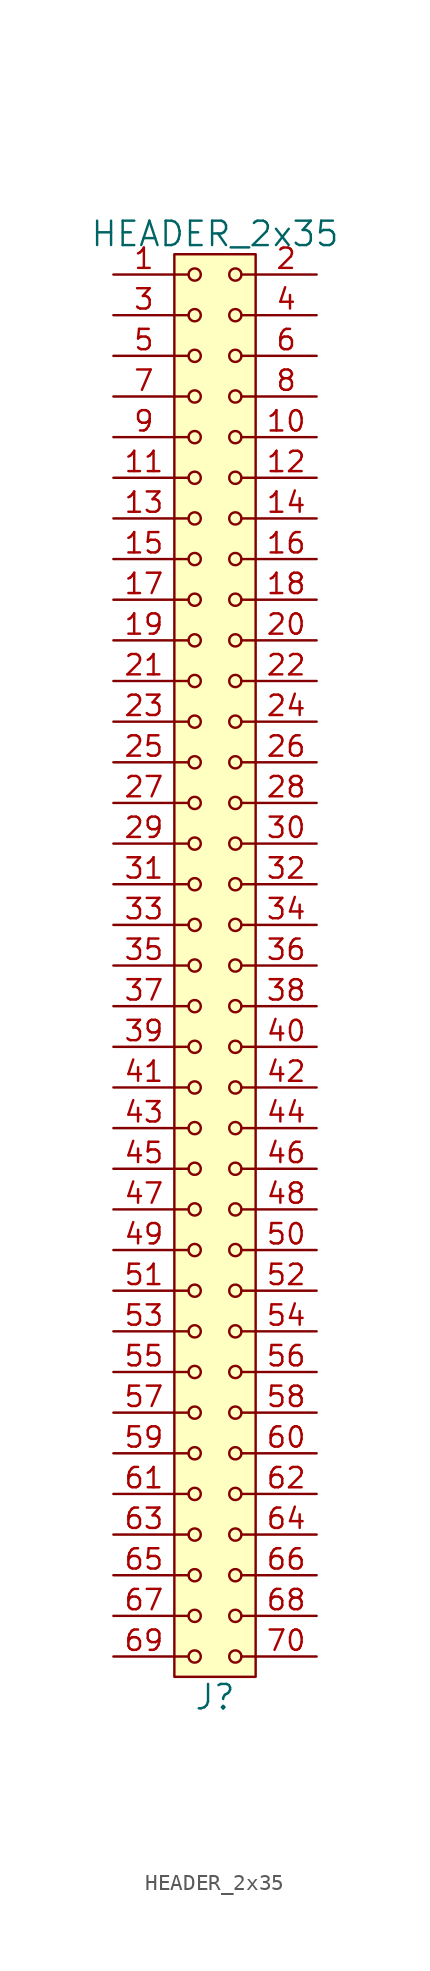
<source format=kicad_sym>
(kicad_symbol_lib
  (version 20211014)
  (generator kicad_symbol_editor)
  (symbol "HEADER_2x35"
    (pin_names
      (offset 1.016))
    (property "Reference" "J"
      (at 0 -45.72 0)
      (effects (font (size 1.524 1.524))))
    (property "Value" "HEADER_2x35"
      (at 0 45.72 0)
      (effects (font (size 1.524 1.524))))
    (property "Footprint" ""
      (at 0 43.18 0)
      (effects (font (size 1.524 1.524))))
    (property "Datasheet" ""
      (at 0 43.18 0)
      (effects (font (size 1.524 1.524))))
    (symbol "HEADER_2x35_0_1"
      (rectangle (start -2.54 44.45) (end 2.54 -44.45) (stroke (width 0) (type default) (color 0 0 0 0)) (fill (type background)))
      (circle (center -1.27 -43.18) (radius 0.381) (stroke (width 0) (type default) (color 0 0 0 0)) (fill (type none)))
      (circle (center -1.27 -40.64) (radius 0.381) (stroke (width 0) (type default) (color 0 0 0 0)) (fill (type none)))
      (circle (center -1.27 -38.1) (radius 0.381) (stroke (width 0) (type default) (color 0 0 0 0)) (fill (type none)))
      (circle (center -1.27 -35.56) (radius 0.381) (stroke (width 0) (type default) (color 0 0 0 0)) (fill (type none)))
      (circle (center -1.27 -33.02) (radius 0.381) (stroke (width 0) (type default) (color 0 0 0 0)) (fill (type none)))
      (circle (center -1.27 -30.48) (radius 0.381) (stroke (width 0) (type default) (color 0 0 0 0)) (fill (type none)))
      (circle (center -1.27 -27.94) (radius 0.381) (stroke (width 0) (type default) (color 0 0 0 0)) (fill (type none)))
      (circle (center -1.27 -25.4) (radius 0.381) (stroke (width 0) (type default) (color 0 0 0 0)) (fill (type none)))
      (circle (center -1.27 -22.86) (radius 0.381) (stroke (width 0) (type default) (color 0 0 0 0)) (fill (type none)))
      (circle (center -1.27 -20.32) (radius 0.381) (stroke (width 0) (type default) (color 0 0 0 0)) (fill (type none)))
      (circle (center -1.27 -17.78) (radius 0.381) (stroke (width 0) (type default) (color 0 0 0 0)) (fill (type none)))
      (circle (center -1.27 -15.24) (radius 0.381) (stroke (width 0) (type default) (color 0 0 0 0)) (fill (type none)))
      (circle (center -1.27 -12.7) (radius 0.381) (stroke (width 0) (type default) (color 0 0 0 0)) (fill (type none)))
      (circle (center -1.27 -10.16) (radius 0.381) (stroke (width 0) (type default) (color 0 0 0 0)) (fill (type none)))
      (circle (center -1.27 -7.62) (radius 0.381) (stroke (width 0) (type default) (color 0 0 0 0)) (fill (type none)))
      (circle (center -1.27 -5.08) (radius 0.381) (stroke (width 0) (type default) (color 0 0 0 0)) (fill (type none)))
      (circle (center -1.27 -2.54) (radius 0.381) (stroke (width 0) (type default) (color 0 0 0 0)) (fill (type none)))
      (circle (center -1.27 0) (radius 0.381) (stroke (width 0) (type default) (color 0 0 0 0)) (fill (type none)))
      (circle (center -1.27 2.54) (radius 0.381) (stroke (width 0) (type default) (color 0 0 0 0)) (fill (type none)))
      (circle (center -1.27 5.08) (radius 0.381) (stroke (width 0) (type default) (color 0 0 0 0)) (fill (type none)))
      (circle (center -1.27 7.62) (radius 0.381) (stroke (width 0) (type default) (color 0 0 0 0)) (fill (type none)))
      (circle (center -1.27 10.16) (radius 0.381) (stroke (width 0) (type default) (color 0 0 0 0)) (fill (type none)))
      (circle (center -1.27 12.7) (radius 0.381) (stroke (width 0) (type default) (color 0 0 0 0)) (fill (type none)))
      (circle (center -1.27 15.24) (radius 0.381) (stroke (width 0) (type default) (color 0 0 0 0)) (fill (type none)))
      (circle (center -1.27 17.78) (radius 0.381) (stroke (width 0) (type default) (color 0 0 0 0)) (fill (type none)))
      (circle (center -1.27 20.32) (radius 0.381) (stroke (width 0) (type default) (color 0 0 0 0)) (fill (type none)))
      (circle (center -1.27 22.86) (radius 0.381) (stroke (width 0) (type default) (color 0 0 0 0)) (fill (type none)))
      (circle (center -1.27 25.4) (radius 0.381) (stroke (width 0) (type default) (color 0 0 0 0)) (fill (type none)))
      (circle (center -1.27 27.94) (radius 0.381) (stroke (width 0) (type default) (color 0 0 0 0)) (fill (type none)))
      (circle (center -1.27 30.48) (radius 0.381) (stroke (width 0) (type default) (color 0 0 0 0)) (fill (type none)))
      (circle (center -1.27 33.02) (radius 0.381) (stroke (width 0) (type default) (color 0 0 0 0)) (fill (type none)))
      (circle (center -1.27 35.56) (radius 0.381) (stroke (width 0) (type default) (color 0 0 0 0)) (fill (type none)))
      (circle (center -1.27 38.1) (radius 0.381) (stroke (width 0) (type default) (color 0 0 0 0)) (fill (type none)))
      (circle (center -1.27 40.64) (radius 0.381) (stroke (width 0) (type default) (color 0 0 0 0)) (fill (type none)))
      (circle (center -1.27 43.18) (radius 0.381) (stroke (width 0) (type default) (color 0 0 0 0)) (fill (type none)))
      (polyline (pts (xy -1.651 -43.18) (xy -2.54 -43.18)) (stroke (width 0) (type default) (color 0 0 0 0)) (fill (type none)))
      (polyline (pts (xy -1.651 -40.64) (xy -2.54 -40.64)) (stroke (width 0) (type default) (color 0 0 0 0)) (fill (type none)))
      (polyline (pts (xy -1.651 -38.1) (xy -2.54 -38.1)) (stroke (width 0) (type default) (color 0 0 0 0)) (fill (type none)))
      (polyline (pts (xy -1.651 -35.56) (xy -2.54 -35.56)) (stroke (width 0) (type default) (color 0 0 0 0)) (fill (type none)))
      (polyline (pts (xy -1.651 -33.02) (xy -2.54 -33.02)) (stroke (width 0) (type default) (color 0 0 0 0)) (fill (type none)))
      (polyline (pts (xy -1.651 -30.48) (xy -2.54 -30.48)) (stroke (width 0) (type default) (color 0 0 0 0)) (fill (type none)))
      (polyline (pts (xy -1.651 -27.94) (xy -2.54 -27.94)) (stroke (width 0) (type default) (color 0 0 0 0)) (fill (type none)))
      (polyline (pts (xy -1.651 -25.4) (xy -2.54 -25.4)) (stroke (width 0) (type default) (color 0 0 0 0)) (fill (type none)))
      (polyline (pts (xy -1.651 -22.86) (xy -2.54 -22.86)) (stroke (width 0) (type default) (color 0 0 0 0)) (fill (type none)))
      (polyline (pts (xy -1.651 -20.32) (xy -2.54 -20.32)) (stroke (width 0) (type default) (color 0 0 0 0)) (fill (type none)))
      (polyline (pts (xy -1.651 -17.78) (xy -2.54 -17.78)) (stroke (width 0) (type default) (color 0 0 0 0)) (fill (type none)))
      (polyline (pts (xy -1.651 -15.24) (xy -2.54 -15.24)) (stroke (width 0) (type default) (color 0 0 0 0)) (fill (type none)))
      (polyline (pts (xy -1.651 -12.7) (xy -2.54 -12.7)) (stroke (width 0) (type default) (color 0 0 0 0)) (fill (type none)))
      (polyline (pts (xy -1.651 -10.16) (xy -2.54 -10.16)) (stroke (width 0) (type default) (color 0 0 0 0)) (fill (type none)))
      (polyline (pts (xy -1.651 -7.62) (xy -2.54 -7.62)) (stroke (width 0) (type default) (color 0 0 0 0)) (fill (type none)))
      (polyline (pts (xy -1.651 -5.08) (xy -2.54 -5.08)) (stroke (width 0) (type default) (color 0 0 0 0)) (fill (type none)))
      (polyline (pts (xy -1.651 -2.54) (xy -2.54 -2.54)) (stroke (width 0) (type default) (color 0 0 0 0)) (fill (type none)))
      (polyline (pts (xy -1.651 0) (xy -2.54 0)) (stroke (width 0) (type default) (color 0 0 0 0)) (fill (type none)))
      (polyline (pts (xy -1.651 2.54) (xy -2.54 2.54)) (stroke (width 0) (type default) (color 0 0 0 0)) (fill (type none)))
      (polyline (pts (xy -1.651 5.08) (xy -2.54 5.08)) (stroke (width 0) (type default) (color 0 0 0 0)) (fill (type none)))
      (polyline (pts (xy -1.651 7.62) (xy -2.54 7.62)) (stroke (width 0) (type default) (color 0 0 0 0)) (fill (type none)))
      (polyline (pts (xy -1.651 10.16) (xy -2.54 10.16)) (stroke (width 0) (type default) (color 0 0 0 0)) (fill (type none)))
      (polyline (pts (xy -1.651 12.7) (xy -2.54 12.7)) (stroke (width 0) (type default) (color 0 0 0 0)) (fill (type none)))
      (polyline (pts (xy -1.651 15.24) (xy -2.54 15.24)) (stroke (width 0) (type default) (color 0 0 0 0)) (fill (type none)))
      (polyline (pts (xy -1.651 17.78) (xy -2.54 17.78)) (stroke (width 0) (type default) (color 0 0 0 0)) (fill (type none)))
      (polyline (pts (xy -1.651 20.32) (xy -2.54 20.32)) (stroke (width 0) (type default) (color 0 0 0 0)) (fill (type none)))
      (polyline (pts (xy -1.651 22.86) (xy -2.54 22.86)) (stroke (width 0) (type default) (color 0 0 0 0)) (fill (type none)))
      (polyline (pts (xy -1.651 25.4) (xy -2.54 25.4)) (stroke (width 0) (type default) (color 0 0 0 0)) (fill (type none)))
      (polyline (pts (xy -1.651 27.94) (xy -2.54 27.94)) (stroke (width 0) (type default) (color 0 0 0 0)) (fill (type none)))
      (polyline (pts (xy -1.651 30.48) (xy -2.54 30.48)) (stroke (width 0) (type default) (color 0 0 0 0)) (fill (type none)))
      (polyline (pts (xy -1.651 33.02) (xy -2.54 33.02)) (stroke (width 0) (type default) (color 0 0 0 0)) (fill (type none)))
      (polyline (pts (xy -1.651 35.56) (xy -2.54 35.56)) (stroke (width 0) (type default) (color 0 0 0 0)) (fill (type none)))
      (polyline (pts (xy -1.651 38.1) (xy -2.54 38.1)) (stroke (width 0) (type default) (color 0 0 0 0)) (fill (type none)))
      (polyline (pts (xy -1.651 40.64) (xy -2.54 40.64)) (stroke (width 0) (type default) (color 0 0 0 0)) (fill (type none)))
      (polyline (pts (xy -1.651 43.18) (xy -2.54 43.18)) (stroke (width 0) (type default) (color 0 0 0 0)) (fill (type none)))
      (polyline (pts (xy 1.651 -43.18) (xy 2.54 -43.18)) (stroke (width 0) (type default) (color 0 0 0 0)) (fill (type none)))
      (polyline (pts (xy 1.651 -40.64) (xy 2.54 -40.64)) (stroke (width 0) (type default) (color 0 0 0 0)) (fill (type none)))
      (polyline (pts (xy 1.651 -38.1) (xy 2.54 -38.1)) (stroke (width 0) (type default) (color 0 0 0 0)) (fill (type none)))
      (polyline (pts (xy 1.651 -35.56) (xy 2.54 -35.56)) (stroke (width 0) (type default) (color 0 0 0 0)) (fill (type none)))
      (polyline (pts (xy 1.651 -33.02) (xy 2.54 -33.02)) (stroke (width 0) (type default) (color 0 0 0 0)) (fill (type none)))
      (polyline (pts (xy 1.651 -30.48) (xy 2.54 -30.48)) (stroke (width 0) (type default) (color 0 0 0 0)) (fill (type none)))
      (polyline (pts (xy 1.651 -27.94) (xy 2.54 -27.94)) (stroke (width 0) (type default) (color 0 0 0 0)) (fill (type none)))
      (polyline (pts (xy 1.651 -25.4) (xy 2.54 -25.4)) (stroke (width 0) (type default) (color 0 0 0 0)) (fill (type none)))
      (polyline (pts (xy 1.651 -22.86) (xy 2.54 -22.86)) (stroke (width 0) (type default) (color 0 0 0 0)) (fill (type none)))
      (polyline (pts (xy 1.651 -20.32) (xy 2.54 -20.32)) (stroke (width 0) (type default) (color 0 0 0 0)) (fill (type none)))
      (polyline (pts (xy 1.651 -17.78) (xy 2.54 -17.78)) (stroke (width 0) (type default) (color 0 0 0 0)) (fill (type none)))
      (polyline (pts (xy 1.651 -15.24) (xy 2.54 -15.24)) (stroke (width 0) (type default) (color 0 0 0 0)) (fill (type none)))
      (polyline (pts (xy 1.651 -12.7) (xy 2.54 -12.7)) (stroke (width 0) (type default) (color 0 0 0 0)) (fill (type none)))
      (polyline (pts (xy 1.651 -10.16) (xy 2.54 -10.16)) (stroke (width 0) (type default) (color 0 0 0 0)) (fill (type none)))
      (polyline (pts (xy 1.651 -7.62) (xy 2.54 -7.62)) (stroke (width 0) (type default) (color 0 0 0 0)) (fill (type none)))
      (polyline (pts (xy 1.651 -5.08) (xy 2.54 -5.08)) (stroke (width 0) (type default) (color 0 0 0 0)) (fill (type none)))
      (polyline (pts (xy 1.651 -2.54) (xy 2.54 -2.54)) (stroke (width 0) (type default) (color 0 0 0 0)) (fill (type none)))
      (polyline (pts (xy 1.651 0) (xy 2.54 0)) (stroke (width 0) (type default) (color 0 0 0 0)) (fill (type none)))
      (polyline (pts (xy 1.651 2.54) (xy 2.54 2.54)) (stroke (width 0) (type default) (color 0 0 0 0)) (fill (type none)))
      (polyline (pts (xy 1.651 5.08) (xy 2.54 5.08)) (stroke (width 0) (type default) (color 0 0 0 0)) (fill (type none)))
      (polyline (pts (xy 1.651 7.62) (xy 2.54 7.62)) (stroke (width 0) (type default) (color 0 0 0 0)) (fill (type none)))
      (polyline (pts (xy 1.651 10.16) (xy 2.54 10.16)) (stroke (width 0) (type default) (color 0 0 0 0)) (fill (type none)))
      (polyline (pts (xy 1.651 12.7) (xy 2.54 12.7)) (stroke (width 0) (type default) (color 0 0 0 0)) (fill (type none)))
      (polyline (pts (xy 1.651 15.24) (xy 2.54 15.24)) (stroke (width 0) (type default) (color 0 0 0 0)) (fill (type none)))
      (polyline (pts (xy 1.651 17.78) (xy 2.54 17.78)) (stroke (width 0) (type default) (color 0 0 0 0)) (fill (type none)))
      (polyline (pts (xy 1.651 20.32) (xy 2.54 20.32)) (stroke (width 0) (type default) (color 0 0 0 0)) (fill (type none)))
      (polyline (pts (xy 1.651 22.86) (xy 2.54 22.86)) (stroke (width 0) (type default) (color 0 0 0 0)) (fill (type none)))
      (polyline (pts (xy 1.651 25.4) (xy 2.54 25.4)) (stroke (width 0) (type default) (color 0 0 0 0)) (fill (type none)))
      (polyline (pts (xy 1.651 27.94) (xy 2.54 27.94)) (stroke (width 0) (type default) (color 0 0 0 0)) (fill (type none)))
      (polyline (pts (xy 1.651 30.48) (xy 2.54 30.48)) (stroke (width 0) (type default) (color 0 0 0 0)) (fill (type none)))
      (polyline (pts (xy 1.651 33.02) (xy 2.54 33.02)) (stroke (width 0) (type default) (color 0 0 0 0)) (fill (type none)))
      (polyline (pts (xy 1.651 35.56) (xy 2.54 35.56)) (stroke (width 0) (type default) (color 0 0 0 0)) (fill (type none)))
      (polyline (pts (xy 1.651 38.1) (xy 2.54 38.1)) (stroke (width 0) (type default) (color 0 0 0 0)) (fill (type none)))
      (polyline (pts (xy 1.651 40.64) (xy 2.54 40.64)) (stroke (width 0) (type default) (color 0 0 0 0)) (fill (type none)))
      (polyline (pts (xy 1.651 43.18) (xy 2.54 43.18)) (stroke (width 0) (type default) (color 0 0 0 0)) (fill (type none)))
      (circle (center 1.27 -43.18) (radius 0.381) (stroke (width 0) (type default) (color 0 0 0 0)) (fill (type none)))
      (circle (center 1.27 -40.64) (radius 0.381) (stroke (width 0) (type default) (color 0 0 0 0)) (fill (type none)))
      (circle (center 1.27 -38.1) (radius 0.381) (stroke (width 0) (type default) (color 0 0 0 0)) (fill (type none)))
      (circle (center 1.27 -35.56) (radius 0.381) (stroke (width 0) (type default) (color 0 0 0 0)) (fill (type none)))
      (circle (center 1.27 -33.02) (radius 0.381) (stroke (width 0) (type default) (color 0 0 0 0)) (fill (type none)))
      (circle (center 1.27 -30.48) (radius 0.381) (stroke (width 0) (type default) (color 0 0 0 0)) (fill (type none)))
      (circle (center 1.27 -27.94) (radius 0.381) (stroke (width 0) (type default) (color 0 0 0 0)) (fill (type none)))
      (circle (center 1.27 -25.4) (radius 0.381) (stroke (width 0) (type default) (color 0 0 0 0)) (fill (type none)))
      (circle (center 1.27 -22.86) (radius 0.381) (stroke (width 0) (type default) (color 0 0 0 0)) (fill (type none)))
      (circle (center 1.27 -20.32) (radius 0.381) (stroke (width 0) (type default) (color 0 0 0 0)) (fill (type none)))
      (circle (center 1.27 -17.78) (radius 0.381) (stroke (width 0) (type default) (color 0 0 0 0)) (fill (type none)))
      (circle (center 1.27 -15.24) (radius 0.381) (stroke (width 0) (type default) (color 0 0 0 0)) (fill (type none)))
      (circle (center 1.27 -12.7) (radius 0.381) (stroke (width 0) (type default) (color 0 0 0 0)) (fill (type none)))
      (circle (center 1.27 -10.16) (radius 0.381) (stroke (width 0) (type default) (color 0 0 0 0)) (fill (type none)))
      (circle (center 1.27 -7.62) (radius 0.381) (stroke (width 0) (type default) (color 0 0 0 0)) (fill (type none)))
      (circle (center 1.27 -5.08) (radius 0.381) (stroke (width 0) (type default) (color 0 0 0 0)) (fill (type none)))
      (circle (center 1.27 -2.54) (radius 0.381) (stroke (width 0) (type default) (color 0 0 0 0)) (fill (type none)))
      (circle (center 1.27 0) (radius 0.381) (stroke (width 0) (type default) (color 0 0 0 0)) (fill (type none)))
      (circle (center 1.27 2.54) (radius 0.381) (stroke (width 0) (type default) (color 0 0 0 0)) (fill (type none)))
      (circle (center 1.27 5.08) (radius 0.381) (stroke (width 0) (type default) (color 0 0 0 0)) (fill (type none)))
      (circle (center 1.27 7.62) (radius 0.381) (stroke (width 0) (type default) (color 0 0 0 0)) (fill (type none)))
      (circle (center 1.27 10.16) (radius 0.381) (stroke (width 0) (type default) (color 0 0 0 0)) (fill (type none)))
      (circle (center 1.27 12.7) (radius 0.381) (stroke (width 0) (type default) (color 0 0 0 0)) (fill (type none)))
      (circle (center 1.27 15.24) (radius 0.381) (stroke (width 0) (type default) (color 0 0 0 0)) (fill (type none)))
      (circle (center 1.27 17.78) (radius 0.381) (stroke (width 0) (type default) (color 0 0 0 0)) (fill (type none)))
      (circle (center 1.27 20.32) (radius 0.381) (stroke (width 0) (type default) (color 0 0 0 0)) (fill (type none)))
      (circle (center 1.27 22.86) (radius 0.381) (stroke (width 0) (type default) (color 0 0 0 0)) (fill (type none)))
      (circle (center 1.27 25.4) (radius 0.381) (stroke (width 0) (type default) (color 0 0 0 0)) (fill (type none)))
      (circle (center 1.27 27.94) (radius 0.381) (stroke (width 0) (type default) (color 0 0 0 0)) (fill (type none)))
      (circle (center 1.27 30.48) (radius 0.381) (stroke (width 0) (type default) (color 0 0 0 0)) (fill (type none)))
      (circle (center 1.27 33.02) (radius 0.381) (stroke (width 0) (type default) (color 0 0 0 0)) (fill (type none)))
      (circle (center 1.27 35.56) (radius 0.381) (stroke (width 0) (type default) (color 0 0 0 0)) (fill (type none)))
      (circle (center 1.27 38.1) (radius 0.381) (stroke (width 0) (type default) (color 0 0 0 0)) (fill (type none)))
      (circle (center 1.27 40.64) (radius 0.381) (stroke (width 0) (type default) (color 0 0 0 0)) (fill (type none)))
      (circle (center 1.27 43.18) (radius 0.381) (stroke (width 0) (type default) (color 0 0 0 0)) (fill (type none))))
    (symbol "HEADER_2x35_1_1"
      (pin input line (at -6.35 43.18 0) (length 3.81) (name "~" (effects (font (size 1.27 1.27)))) (number "1" (effects (font (size 1.27 1.27)))))
      (pin input line (at 6.35 33.02 180) (length 3.81) (name "~" (effects (font (size 1.27 1.27)))) (number "10" (effects (font (size 1.27 1.27)))))
      (pin input line (at -6.35 30.48 0) (length 3.81) (name "~" (effects (font (size 1.27 1.27)))) (number "11" (effects (font (size 1.27 1.27)))))
      (pin input line (at 6.35 30.48 180) (length 3.81) (name "~" (effects (font (size 1.27 1.27)))) (number "12" (effects (font (size 1.27 1.27)))))
      (pin input line (at -6.35 27.94 0) (length 3.81) (name "~" (effects (font (size 1.27 1.27)))) (number "13" (effects (font (size 1.27 1.27)))))
      (pin input line (at 6.35 27.94 180) (length 3.81) (name "~" (effects (font (size 1.27 1.27)))) (number "14" (effects (font (size 1.27 1.27)))))
      (pin input line (at -6.35 25.4 0) (length 3.81) (name "~" (effects (font (size 1.27 1.27)))) (number "15" (effects (font (size 1.27 1.27)))))
      (pin input line (at 6.35 25.4 180) (length 3.81) (name "~" (effects (font (size 1.27 1.27)))) (number "16" (effects (font (size 1.27 1.27)))))
      (pin input line (at -6.35 22.86 0) (length 3.81) (name "~" (effects (font (size 1.27 1.27)))) (number "17" (effects (font (size 1.27 1.27)))))
      (pin input line (at 6.35 22.86 180) (length 3.81) (name "~" (effects (font (size 1.27 1.27)))) (number "18" (effects (font (size 1.27 1.27)))))
      (pin input line (at -6.35 20.32 0) (length 3.81) (name "~" (effects (font (size 1.27 1.27)))) (number "19" (effects (font (size 1.27 1.27)))))
      (pin input line (at 6.35 43.18 180) (length 3.81) (name "~" (effects (font (size 1.27 1.27)))) (number "2" (effects (font (size 1.27 1.27)))))
      (pin input line (at 6.35 20.32 180) (length 3.81) (name "~" (effects (font (size 1.27 1.27)))) (number "20" (effects (font (size 1.27 1.27)))))
      (pin input line (at -6.35 17.78 0) (length 3.81) (name "~" (effects (font (size 1.27 1.27)))) (number "21" (effects (font (size 1.27 1.27)))))
      (pin input line (at 6.35 17.78 180) (length 3.81) (name "~" (effects (font (size 1.27 1.27)))) (number "22" (effects (font (size 1.27 1.27)))))
      (pin input line (at -6.35 15.24 0) (length 3.81) (name "~" (effects (font (size 1.27 1.27)))) (number "23" (effects (font (size 1.27 1.27)))))
      (pin input line (at 6.35 15.24 180) (length 3.81) (name "~" (effects (font (size 1.27 1.27)))) (number "24" (effects (font (size 1.27 1.27)))))
      (pin input line (at -6.35 12.7 0) (length 3.81) (name "~" (effects (font (size 1.27 1.27)))) (number "25" (effects (font (size 1.27 1.27)))))
      (pin input line (at 6.35 12.7 180) (length 3.81) (name "~" (effects (font (size 1.27 1.27)))) (number "26" (effects (font (size 1.27 1.27)))))
      (pin input line (at -6.35 10.16 0) (length 3.81) (name "~" (effects (font (size 1.27 1.27)))) (number "27" (effects (font (size 1.27 1.27)))))
      (pin input line (at 6.35 10.16 180) (length 3.81) (name "~" (effects (font (size 1.27 1.27)))) (number "28" (effects (font (size 1.27 1.27)))))
      (pin input line (at -6.35 7.62 0) (length 3.81) (name "~" (effects (font (size 1.27 1.27)))) (number "29" (effects (font (size 1.27 1.27)))))
      (pin input line (at -6.35 40.64 0) (length 3.81) (name "~" (effects (font (size 1.27 1.27)))) (number "3" (effects (font (size 1.27 1.27)))))
      (pin input line (at 6.35 7.62 180) (length 3.81) (name "~" (effects (font (size 1.27 1.27)))) (number "30" (effects (font (size 1.27 1.27)))))
      (pin input line (at -6.35 5.08 0) (length 3.81) (name "~" (effects (font (size 1.27 1.27)))) (number "31" (effects (font (size 1.27 1.27)))))
      (pin input line (at 6.35 5.08 180) (length 3.81) (name "~" (effects (font (size 1.27 1.27)))) (number "32" (effects (font (size 1.27 1.27)))))
      (pin input line (at -6.35 2.54 0) (length 3.81) (name "~" (effects (font (size 1.27 1.27)))) (number "33" (effects (font (size 1.27 1.27)))))
      (pin input line (at 6.35 2.54 180) (length 3.81) (name "~" (effects (font (size 1.27 1.27)))) (number "34" (effects (font (size 1.27 1.27)))))
      (pin input line (at -6.35 0 0) (length 3.81) (name "~" (effects (font (size 1.27 1.27)))) (number "35" (effects (font (size 1.27 1.27)))))
      (pin input line (at 6.35 0 180) (length 3.81) (name "~" (effects (font (size 1.27 1.27)))) (number "36" (effects (font (size 1.27 1.27)))))
      (pin input line (at -6.35 -2.54 0) (length 3.81) (name "~" (effects (font (size 1.27 1.27)))) (number "37" (effects (font (size 1.27 1.27)))))
      (pin input line (at 6.35 -2.54 180) (length 3.81) (name "~" (effects (font (size 1.27 1.27)))) (number "38" (effects (font (size 1.27 1.27)))))
      (pin input line (at -6.35 -5.08 0) (length 3.81) (name "~" (effects (font (size 1.27 1.27)))) (number "39" (effects (font (size 1.27 1.27)))))
      (pin input line (at 6.35 40.64 180) (length 3.81) (name "~" (effects (font (size 1.27 1.27)))) (number "4" (effects (font (size 1.27 1.27)))))
      (pin input line (at 6.35 -5.08 180) (length 3.81) (name "~" (effects (font (size 1.27 1.27)))) (number "40" (effects (font (size 1.27 1.27)))))
      (pin input line (at -6.35 -7.62 0) (length 3.81) (name "~" (effects (font (size 1.27 1.27)))) (number "41" (effects (font (size 1.27 1.27)))))
      (pin input line (at 6.35 -7.62 180) (length 3.81) (name "~" (effects (font (size 1.27 1.27)))) (number "42" (effects (font (size 1.27 1.27)))))
      (pin input line (at -6.35 -10.16 0) (length 3.81) (name "~" (effects (font (size 1.27 1.27)))) (number "43" (effects (font (size 1.27 1.27)))))
      (pin input line (at 6.35 -10.16 180) (length 3.81) (name "~" (effects (font (size 1.27 1.27)))) (number "44" (effects (font (size 1.27 1.27)))))
      (pin input line (at -6.35 -12.7 0) (length 3.81) (name "~" (effects (font (size 1.27 1.27)))) (number "45" (effects (font (size 1.27 1.27)))))
      (pin input line (at 6.35 -12.7 180) (length 3.81) (name "~" (effects (font (size 1.27 1.27)))) (number "46" (effects (font (size 1.27 1.27)))))
      (pin input line (at -6.35 -15.24 0) (length 3.81) (name "~" (effects (font (size 1.27 1.27)))) (number "47" (effects (font (size 1.27 1.27)))))
      (pin input line (at 6.35 -15.24 180) (length 3.81) (name "~" (effects (font (size 1.27 1.27)))) (number "48" (effects (font (size 1.27 1.27)))))
      (pin input line (at -6.35 -17.78 0) (length 3.81) (name "~" (effects (font (size 1.27 1.27)))) (number "49" (effects (font (size 1.27 1.27)))))
      (pin input line (at -6.35 38.1 0) (length 3.81) (name "~" (effects (font (size 1.27 1.27)))) (number "5" (effects (font (size 1.27 1.27)))))
      (pin input line (at 6.35 -17.78 180) (length 3.81) (name "~" (effects (font (size 1.27 1.27)))) (number "50" (effects (font (size 1.27 1.27)))))
      (pin input line (at -6.35 -20.32 0) (length 3.81) (name "~" (effects (font (size 1.27 1.27)))) (number "51" (effects (font (size 1.27 1.27)))))
      (pin input line (at 6.35 -20.32 180) (length 3.81) (name "~" (effects (font (size 1.27 1.27)))) (number "52" (effects (font (size 1.27 1.27)))))
      (pin input line (at -6.35 -22.86 0) (length 3.81) (name "~" (effects (font (size 1.27 1.27)))) (number "53" (effects (font (size 1.27 1.27)))))
      (pin input line (at 6.35 -22.86 180) (length 3.81) (name "~" (effects (font (size 1.27 1.27)))) (number "54" (effects (font (size 1.27 1.27)))))
      (pin input line (at -6.35 -25.4 0) (length 3.81) (name "~" (effects (font (size 1.27 1.27)))) (number "55" (effects (font (size 1.27 1.27)))))
      (pin input line (at 6.35 -25.4 180) (length 3.81) (name "~" (effects (font (size 1.27 1.27)))) (number "56" (effects (font (size 1.27 1.27)))))
      (pin input line (at -6.35 -27.94 0) (length 3.81) (name "~" (effects (font (size 1.27 1.27)))) (number "57" (effects (font (size 1.27 1.27)))))
      (pin input line (at 6.35 -27.94 180) (length 3.81) (name "~" (effects (font (size 1.27 1.27)))) (number "58" (effects (font (size 1.27 1.27)))))
      (pin input line (at -6.35 -30.48 0) (length 3.81) (name "~" (effects (font (size 1.27 1.27)))) (number "59" (effects (font (size 1.27 1.27)))))
      (pin input line (at 6.35 38.1 180) (length 3.81) (name "~" (effects (font (size 1.27 1.27)))) (number "6" (effects (font (size 1.27 1.27)))))
      (pin input line (at 6.35 -30.48 180) (length 3.81) (name "~" (effects (font (size 1.27 1.27)))) (number "60" (effects (font (size 1.27 1.27)))))
      (pin input line (at -6.35 -33.02 0) (length 3.81) (name "~" (effects (font (size 1.27 1.27)))) (number "61" (effects (font (size 1.27 1.27)))))
      (pin input line (at 6.35 -33.02 180) (length 3.81) (name "~" (effects (font (size 1.27 1.27)))) (number "62" (effects (font (size 1.27 1.27)))))
      (pin input line (at -6.35 -35.56 0) (length 3.81) (name "~" (effects (font (size 1.27 1.27)))) (number "63" (effects (font (size 1.27 1.27)))))
      (pin input line (at 6.35 -35.56 180) (length 3.81) (name "~" (effects (font (size 1.27 1.27)))) (number "64" (effects (font (size 1.27 1.27)))))
      (pin input line (at -6.35 -38.1 0) (length 3.81) (name "~" (effects (font (size 1.27 1.27)))) (number "65" (effects (font (size 1.27 1.27)))))
      (pin input line (at 6.35 -38.1 180) (length 3.81) (name "~" (effects (font (size 1.27 1.27)))) (number "66" (effects (font (size 1.27 1.27)))))
      (pin input line (at -6.35 -40.64 0) (length 3.81) (name "~" (effects (font (size 1.27 1.27)))) (number "67" (effects (font (size 1.27 1.27)))))
      (pin input line (at 6.35 -40.64 180) (length 3.81) (name "~" (effects (font (size 1.27 1.27)))) (number "68" (effects (font (size 1.27 1.27)))))
      (pin input line (at -6.35 -43.18 0) (length 3.81) (name "~" (effects (font (size 1.27 1.27)))) (number "69" (effects (font (size 1.27 1.27)))))
      (pin input line (at -6.35 35.56 0) (length 3.81) (name "~" (effects (font (size 1.27 1.27)))) (number "7" (effects (font (size 1.27 1.27)))))
      (pin input line (at 6.35 -43.18 180) (length 3.81) (name "~" (effects (font (size 1.27 1.27)))) (number "70" (effects (font (size 1.27 1.27)))))
      (pin input line (at 6.35 35.56 180) (length 3.81) (name "~" (effects (font (size 1.27 1.27)))) (number "8" (effects (font (size 1.27 1.27)))))
      (pin input line (at -6.35 33.02 0) (length 3.81) (name "~" (effects (font (size 1.27 1.27)))) (number "9" (effects (font (size 1.27 1.27))))))))
</source>
